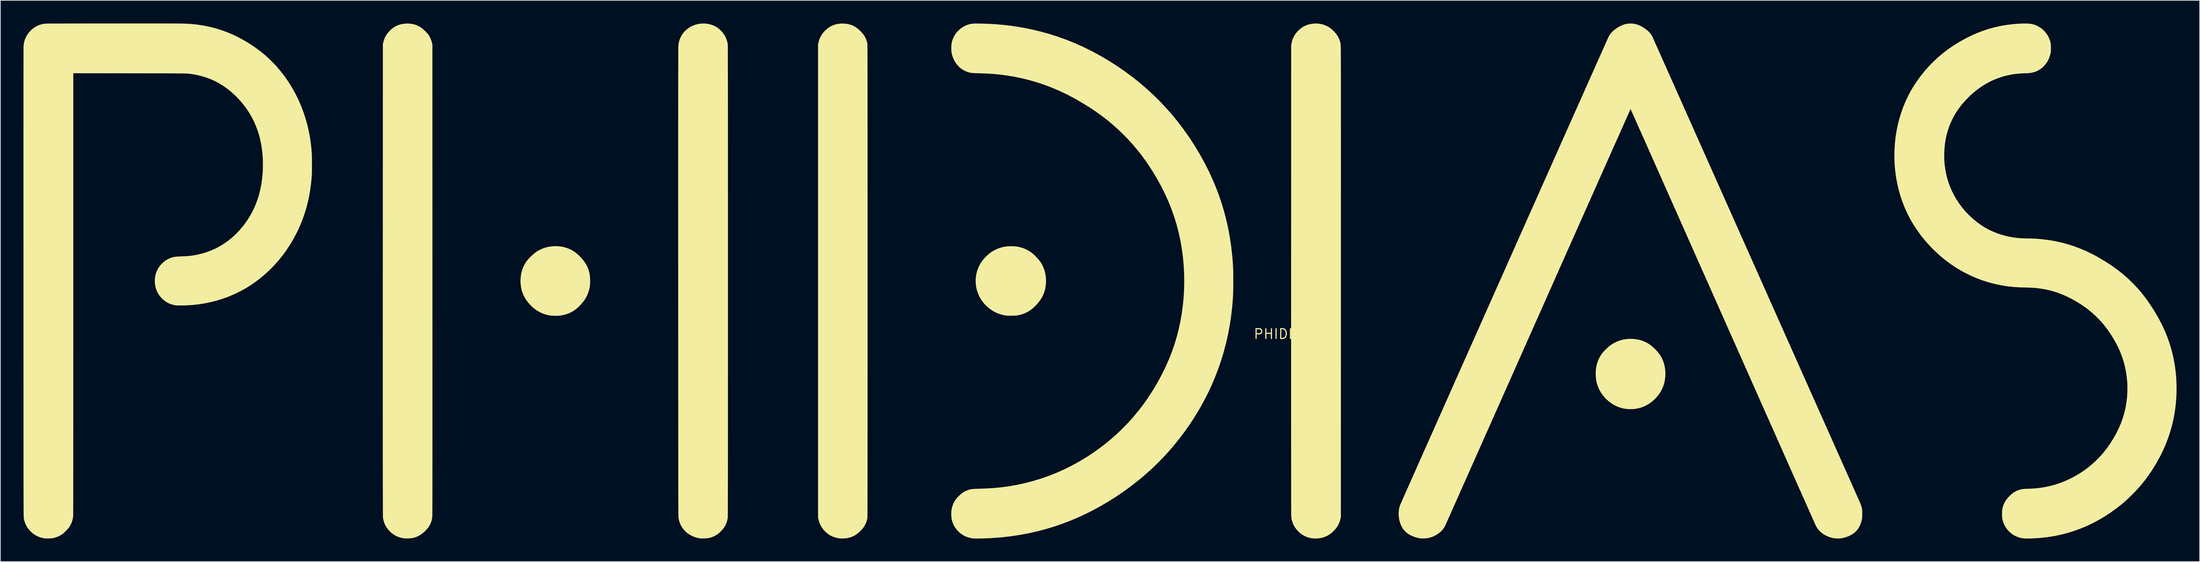
<source format=kicad_pcb>
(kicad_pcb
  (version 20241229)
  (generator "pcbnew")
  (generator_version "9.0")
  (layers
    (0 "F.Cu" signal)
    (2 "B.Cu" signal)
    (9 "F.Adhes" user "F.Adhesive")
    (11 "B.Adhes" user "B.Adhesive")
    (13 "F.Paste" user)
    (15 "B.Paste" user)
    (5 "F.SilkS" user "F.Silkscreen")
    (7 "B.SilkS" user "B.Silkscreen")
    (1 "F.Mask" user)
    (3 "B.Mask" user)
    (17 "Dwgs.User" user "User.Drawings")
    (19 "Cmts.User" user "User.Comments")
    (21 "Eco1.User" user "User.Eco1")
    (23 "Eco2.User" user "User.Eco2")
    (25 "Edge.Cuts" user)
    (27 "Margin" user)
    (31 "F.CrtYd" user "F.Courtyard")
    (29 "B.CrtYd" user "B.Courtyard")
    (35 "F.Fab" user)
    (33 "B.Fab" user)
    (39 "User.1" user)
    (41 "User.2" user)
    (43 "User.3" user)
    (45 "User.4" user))
  (footprint "PHIDIASlogo"
    (layer "F.Cu")
    (at 165.758 40.41)
    (property "Reference" "PHIDIASlogo" (at 0 0 0) (layer "F.SilkS") (effects (font (size 1.27 1.27) (thickness 0.15))))
    (attr through_hole)
    (fp_poly (pts (xy 43.607 0.645) (xy 43.841 0.667) (xy 44.264 0.735) (xy 44.664 0.839) (xy 45.045 0.98) (xy 45.407 1.157) (xy 45.687 1.328) (xy 45.917 1.495) (xy 46.154 1.691) (xy 46.388 1.907) (xy 46.614 2.138) (xy 46.822 2.374) (xy 47.007 2.609) (xy 47.155 2.828) (xy 47.348 3.178) (xy 47.506 3.548) (xy 47.629 3.935) (xy 47.717 4.334) (xy 47.771 4.742) (xy 47.79 5.154) (xy 47.774 5.567) (xy 47.724 5.976) (xy 47.639 6.379) (xy 47.519 6.771) (xy 47.364 7.147) (xy 47.175 7.505) (xy 47.144 7.556) (xy 46.933 7.866) (xy 46.687 8.17) (xy 46.415 8.46) (xy 46.123 8.729) (xy 45.82 8.967) (xy 45.678 9.066) (xy 45.317 9.278) (xy 44.938 9.454) (xy 44.541 9.593) (xy 44.13 9.693) (xy 43.707 9.755) (xy 43.273 9.777) (xy 42.833 9.759) (xy 42.788 9.755) (xy 42.375 9.696) (xy 41.971 9.595) (xy 41.578 9.455) (xy 41.197 9.275) (xy 40.831 9.057) (xy 40.48 8.802) (xy 40.148 8.511) (xy 39.985 8.347) (xy 39.692 8.012) (xy 39.439 7.661) (xy 39.224 7.293) (xy 39.048 6.908) (xy 38.91 6.504) (xy 38.81 6.082) (xy 38.768 5.814) (xy 38.752 5.651) (xy 38.741 5.458) (xy 38.736 5.247) (xy 38.737 5.032) (xy 38.743 4.825) (xy 38.755 4.638) (xy 38.767 4.517) (xy 38.841 4.102) (xy 38.952 3.703) (xy 39.098 3.323) (xy 39.278 2.964) (xy 39.491 2.629) (xy 39.71 2.351) (xy 39.798 2.254) (xy 39.909 2.138) (xy 40.033 2.013) (xy 40.162 1.888) (xy 40.287 1.771) (xy 40.397 1.672) (xy 40.443 1.633) (xy 40.779 1.38) (xy 41.137 1.163) (xy 41.514 0.982) (xy 41.908 0.838) (xy 42.317 0.731) (xy 42.738 0.663) (xy 43.169 0.634) (xy 43.607 0.645)) (stroke (width 0.01) (type solid)) (fill yes) (layer "F.SilkS"))
    (fp_poly (pts (xy -96.099 -11.406) (xy -95.689 -11.348) (xy -95.289 -11.253) (xy -94.902 -11.123) (xy -94.583 -10.981) (xy -94.354 -10.858) (xy -94.136 -10.721) (xy -93.923 -10.567) (xy -93.709 -10.389) (xy -93.486 -10.183) (xy -93.302 -9.999) (xy -93.014 -9.679) (xy -92.765 -9.352) (xy -92.556 -9.016) (xy -92.385 -8.668) (xy -92.251 -8.304) (xy -92.152 -7.923) (xy -92.088 -7.52) (xy -92.057 -7.093) (xy -92.054 -6.892) (xy -92.071 -6.461) (xy -92.125 -6.051) (xy -92.215 -5.657) (xy -92.344 -5.275) (xy -92.511 -4.902) (xy -92.716 -4.539) (xy -92.835 -4.363) (xy -92.982 -4.171) (xy -93.148 -3.971) (xy -93.326 -3.773) (xy -93.508 -3.585) (xy -93.688 -3.415) (xy -93.842 -3.283) (xy -94.178 -3.04) (xy -94.535 -2.834) (xy -94.912 -2.665) (xy -95.31 -2.533) (xy -95.727 -2.438) (xy -96.044 -2.392) (xy -96.178 -2.382) (xy -96.342 -2.375) (xy -96.525 -2.374) (xy -96.714 -2.376) (xy -96.898 -2.382) (xy -97.064 -2.392) (xy -97.201 -2.405) (xy -97.207 -2.406) (xy -97.624 -2.482) (xy -98.025 -2.597) (xy -98.41 -2.75) (xy -98.781 -2.943) (xy -99.138 -3.174) (xy -99.482 -3.446) (xy -99.78 -3.724) (xy -100.084 -4.057) (xy -100.348 -4.404) (xy -100.573 -4.765) (xy -100.758 -5.14) (xy -100.903 -5.53) (xy -100.964 -5.743) (xy -101.048 -6.148) (xy -101.096 -6.562) (xy -101.108 -6.979) (xy -101.083 -7.395) (xy -101.024 -7.805) (xy -100.929 -8.203) (xy -100.801 -8.584) (xy -100.681 -8.858) (xy -100.532 -9.136) (xy -100.364 -9.398) (xy -100.169 -9.651) (xy -99.943 -9.904) (xy -99.796 -10.052) (xy -99.558 -10.275) (xy -99.334 -10.468) (xy -99.117 -10.634) (xy -98.9 -10.779) (xy -98.674 -10.909) (xy -98.521 -10.987) (xy -98.143 -11.148) (xy -97.749 -11.272) (xy -97.343 -11.36) (xy -96.93 -11.412) (xy -96.514 -11.427) (xy -96.099 -11.406)) (stroke (width 0.01) (type solid)) (fill yes) (layer "F.SilkS"))
    (fp_poly (pts (xy -37.026 -11.414) (xy -36.83 -11.404) (xy -36.661 -11.389) (xy -36.597 -11.38) (xy -36.181 -11.299) (xy -35.791 -11.187) (xy -35.423 -11.041) (xy -35.074 -10.86) (xy -34.741 -10.643) (xy -34.48 -10.44) (xy -34.361 -10.334) (xy -34.225 -10.206) (xy -34.081 -10.065) (xy -33.94 -9.92) (xy -33.811 -9.782) (xy -33.705 -9.66) (xy -33.698 -9.652) (xy -33.468 -9.342) (xy -33.269 -9.006) (xy -33.102 -8.648) (xy -32.967 -8.271) (xy -32.866 -7.88) (xy -32.798 -7.478) (xy -32.766 -7.069) (xy -32.769 -6.657) (xy -32.809 -6.245) (xy -32.886 -5.837) (xy -32.902 -5.77) (xy -33.007 -5.416) (xy -33.139 -5.081) (xy -33.301 -4.759) (xy -33.495 -4.447) (xy -33.724 -4.139) (xy -33.991 -3.832) (xy -34.119 -3.697) (xy -34.391 -3.434) (xy -34.66 -3.209) (xy -34.931 -3.016) (xy -35.212 -2.852) (xy -35.508 -2.711) (xy -35.645 -2.655) (xy -35.886 -2.569) (xy -36.119 -2.502) (xy -36.353 -2.451) (xy -36.599 -2.415) (xy -36.865 -2.392) (xy -37.161 -2.382) (xy -37.211 -2.381) (xy -37.357 -2.38) (xy -37.494 -2.379) (xy -37.614 -2.38) (xy -37.71 -2.381) (xy -37.774 -2.383) (xy -37.793 -2.384) (xy -38.236 -2.451) (xy -38.661 -2.557) (xy -39.069 -2.701) (xy -39.459 -2.884) (xy -39.831 -3.105) (xy -40.187 -3.365) (xy -40.259 -3.424) (xy -40.591 -3.728) (xy -40.887 -4.054) (xy -41.147 -4.4) (xy -41.37 -4.764) (xy -41.555 -5.145) (xy -41.703 -5.541) (xy -41.811 -5.951) (xy -41.88 -6.372) (xy -41.908 -6.803) (xy -41.896 -7.243) (xy -41.888 -7.334) (xy -41.827 -7.763) (xy -41.727 -8.177) (xy -41.587 -8.575) (xy -41.408 -8.958) (xy -41.19 -9.325) (xy -40.933 -9.676) (xy -40.637 -10.009) (xy -40.608 -10.039) (xy -40.28 -10.346) (xy -39.94 -10.612) (xy -39.584 -10.84) (xy -39.211 -11.03) (xy -38.819 -11.184) (xy -38.406 -11.301) (xy -37.994 -11.38) (xy -37.839 -11.398) (xy -37.654 -11.411) (xy -37.449 -11.417) (xy -37.236 -11.419) (xy -37.026 -11.414)) (stroke (width 0.01) (type solid)) (fill yes) (layer "F.SilkS"))
    (fp_poly (pts (xy 2.793 -40.365) (xy 3.153 -40.295) (xy 3.373 -40.23) (xy 3.633 -40.13) (xy 3.876 -40.011) (xy 4.109 -39.867) (xy 4.336 -39.695) (xy 4.566 -39.489) (xy 4.74 -39.314) (xy 4.977 -39.039) (xy 5.174 -38.751) (xy 5.332 -38.449) (xy 5.451 -38.132) (xy 5.532 -37.797) (xy 5.557 -37.637) (xy 5.558 -37.622) (xy 5.559 -37.602) (xy 5.561 -37.574) (xy 5.562 -37.538) (xy 5.563 -37.494) (xy 5.565 -37.44) (xy 5.566 -37.378) (xy 5.567 -37.305) (xy 5.568 -37.22) (xy 5.569 -37.125) (xy 5.57 -37.017) (xy 5.571 -36.897) (xy 5.572 -36.763) (xy 5.573 -36.614) (xy 5.574 -36.452) (xy 5.575 -36.274) (xy 5.575 -36.08) (xy 5.576 -35.869) (xy 5.577 -35.641) (xy 5.578 -35.395) (xy 5.578 -35.131) (xy 5.579 -34.848) (xy 5.579 -34.545) (xy 5.58 -34.222) (xy 5.58 -33.877) (xy 5.581 -33.511) (xy 5.581 -33.123) (xy 5.582 -32.712) (xy 5.582 -32.277) (xy 5.583 -31.819) (xy 5.583 -31.335) (xy 5.583 -30.826) (xy 5.583 -30.291) (xy 5.584 -29.73) (xy 5.584 -29.141) (xy 5.584 -28.524) (xy 5.584 -27.878) (xy 5.584 -27.204) (xy 5.585 -26.5) (xy 5.585 -25.765) (xy 5.585 -24.999) (xy 5.585 -24.201) (xy 5.585 -23.371) (xy 5.585 -22.509) (xy 5.585 -21.612) (xy 5.585 -20.681) (xy 5.585 -19.716) (xy 5.585 -18.715) (xy 5.584 -17.678) (xy 5.584 -16.604) (xy 5.584 -15.493) (xy 5.584 -14.344) (xy 5.584 -13.156) (xy 5.584 -11.929) (xy 5.583 -10.662) (xy 5.583 -9.354) (xy 5.583 -8.006) (xy 5.583 -6.773) (xy 5.577 23.844) (xy 5.528 24.054) (xy 5.43 24.402) (xy 5.299 24.723) (xy 5.136 25.024) (xy 5.022 25.194) (xy 4.936 25.304) (xy 4.825 25.43) (xy 4.698 25.565) (xy 4.562 25.7) (xy 4.427 25.825) (xy 4.301 25.933) (xy 4.269 25.958) (xy 3.979 26.158) (xy 3.667 26.322) (xy 3.338 26.449) (xy 2.992 26.54) (xy 2.633 26.593) (xy 2.263 26.607) (xy 1.886 26.583) (xy 1.812 26.574) (xy 1.461 26.505) (xy 1.127 26.399) (xy 0.809 26.253) (xy 0.508 26.068) (xy 0.222 25.845) (xy 0.032 25.666) (xy -0.209 25.396) (xy -0.411 25.115) (xy -0.574 24.819) (xy -0.701 24.507) (xy -0.706 24.49) (xy -0.764 24.302) (xy -0.807 24.126) (xy -0.839 23.947) (xy -0.861 23.749) (xy -0.869 23.645) (xy -0.87 23.609) (xy -0.871 23.531) (xy -0.872 23.411) (xy -0.873 23.25) (xy -0.874 23.046) (xy -0.875 22.801) (xy -0.876 22.514) (xy -0.877 22.186) (xy -0.877 21.817) (xy -0.878 21.407) (xy -0.879 20.956) (xy -0.88 20.464) (xy -0.88 19.932) (xy -0.881 19.36) (xy -0.881 18.747) (xy -0.882 18.093) (xy -0.882 17.4) (xy -0.883 16.667) (xy -0.883 15.895) (xy -0.883 15.082) (xy -0.884 14.231) (xy -0.884 13.34) (xy -0.884 12.41) (xy -0.885 11.441) (xy -0.885 10.433) (xy -0.885 9.387) (xy -0.885 8.302) (xy -0.885 7.178) (xy -0.885 6.017) (xy -0.885 4.817) (xy -0.885 3.579) (xy -0.885 2.304) (xy -0.885 0.991) (xy -0.885 -0.36) (xy -0.885 -1.748) (xy -0.884 -3.173) (xy -0.884 -4.635) (xy -0.884 -6.135) (xy -0.884 -7.112) (xy -0.877 -37.581) (xy -0.831 -37.814) (xy -0.746 -38.162) (xy -0.634 -38.481) (xy -0.49 -38.777) (xy -0.312 -39.055) (xy -0.098 -39.319) (xy 0.057 -39.482) (xy 0.326 -39.724) (xy 0.607 -39.926) (xy 0.901 -40.091) (xy 1.213 -40.219) (xy 1.545 -40.312) (xy 1.901 -40.371) (xy 2.044 -40.385) (xy 2.422 -40.396) (xy 2.793 -40.365)) (stroke (width 0.01) (type solid)) (fill yes) (layer "F.SilkS"))
    (fp_poly (pts (xy -115.465 -40.374) (xy -115.131 -40.327) (xy -114.816 -40.246) (xy -114.514 -40.131) (xy -114.219 -39.979) (xy -114.014 -39.85) (xy -113.909 -39.771) (xy -113.785 -39.667) (xy -113.651 -39.545) (xy -113.514 -39.412) (xy -113.381 -39.275) (xy -113.259 -39.142) (xy -113.155 -39.02) (xy -113.076 -38.916) (xy -113.069 -38.904) (xy -112.914 -38.646) (xy -112.789 -38.384) (xy -112.689 -38.106) (xy -112.622 -37.861) (xy -112.575 -37.666) (xy -112.569 -7.006) (xy -112.569 -5.623) (xy -112.569 -4.282) (xy -112.569 -2.981) (xy -112.568 -1.722) (xy -112.568 -0.502) (xy -112.568 0.679) (xy -112.568 1.822) (xy -112.568 2.926) (xy -112.568 3.993) (xy -112.567 5.024) (xy -112.567 6.019) (xy -112.567 6.978) (xy -112.567 7.903) (xy -112.567 8.793) (xy -112.567 9.65) (xy -112.567 10.474) (xy -112.567 11.266) (xy -112.567 12.027) (xy -112.567 12.756) (xy -112.567 13.456) (xy -112.568 14.125) (xy -112.568 14.766) (xy -112.568 15.378) (xy -112.568 15.963) (xy -112.568 16.52) (xy -112.569 17.051) (xy -112.569 17.556) (xy -112.569 18.036) (xy -112.569 18.492) (xy -112.57 18.923) (xy -112.57 19.331) (xy -112.571 19.717) (xy -112.571 20.08) (xy -112.572 20.423) (xy -112.572 20.744) (xy -112.573 21.045) (xy -112.573 21.327) (xy -112.574 21.59) (xy -112.575 21.834) (xy -112.575 22.062) (xy -112.576 22.272) (xy -112.577 22.466) (xy -112.578 22.644) (xy -112.579 22.807) (xy -112.579 22.956) (xy -112.58 23.09) (xy -112.581 23.212) (xy -112.582 23.322) (xy -112.583 23.419) (xy -112.584 23.505) (xy -112.586 23.581) (xy -112.587 23.646) (xy -112.588 23.703) (xy -112.589 23.75) (xy -112.591 23.79) (xy -112.592 23.822) (xy -112.593 23.847) (xy -112.595 23.866) (xy -112.596 23.88) (xy -112.596 23.882) (xy -112.659 24.205) (xy -112.752 24.507) (xy -112.877 24.792) (xy -113.037 25.064) (xy -113.234 25.328) (xy -113.471 25.588) (xy -113.504 25.622) (xy -113.774 25.87) (xy -114.047 26.077) (xy -114.326 26.248) (xy -114.618 26.384) (xy -114.926 26.488) (xy -115.166 26.546) (xy -115.253 26.559) (xy -115.37 26.572) (xy -115.507 26.583) (xy -115.655 26.592) (xy -115.804 26.598) (xy -115.944 26.601) (xy -116.066 26.601) (xy -116.161 26.598) (xy -116.194 26.594) (xy -116.553 26.529) (xy -116.88 26.442) (xy -117.18 26.328) (xy -117.458 26.187) (xy -117.72 26.015) (xy -117.969 25.81) (xy -118.089 25.696) (xy -118.339 25.421) (xy -118.55 25.129) (xy -118.723 24.82) (xy -118.857 24.494) (xy -118.952 24.151) (xy -118.999 23.876) (xy -119 23.853) (xy -119.001 23.801) (xy -119.002 23.72) (xy -119.003 23.61) (xy -119.004 23.469) (xy -119.005 23.299) (xy -119.006 23.099) (xy -119.007 22.868) (xy -119.007 22.606) (xy -119.008 22.313) (xy -119.009 21.988) (xy -119.01 21.631) (xy -119.01 21.241) (xy -119.011 20.819) (xy -119.012 20.365) (xy -119.012 19.876) (xy -119.013 19.355) (xy -119.013 18.799) (xy -119.014 18.209) (xy -119.014 17.585) (xy -119.015 16.926) (xy -119.015 16.231) (xy -119.015 15.501) (xy -119.016 14.735) (xy -119.016 13.933) (xy -119.016 13.095) (xy -119.016 12.219) (xy -119.016 11.307) (xy -119.017 10.357) (xy -119.017 9.369) (xy -119.017 8.343) (xy -119.017 7.279) (xy -119.017 6.176) (xy -119.017 5.033) (xy -119.017 3.852) (xy -119.017 2.63) (xy -119.017 1.369) (xy -119.016 0.067) (xy -119.016 -1.276) (xy -119.016 -2.66) (xy -119.016 -4.085) (xy -119.016 -5.551) (xy -119.015 -7.006) (xy -119.009 -37.708) (xy -118.961 -37.914) (xy -118.866 -38.255) (xy -118.743 -38.567) (xy -118.59 -38.857) (xy -118.402 -39.131) (xy -118.178 -39.394) (xy -118.143 -39.431) (xy -117.876 -39.682) (xy -117.595 -39.893) (xy -117.3 -40.067) (xy -116.987 -40.202) (xy -116.656 -40.301) (xy -116.304 -40.363) (xy -115.931 -40.389) (xy -115.824 -40.39) (xy -115.465 -40.374)) (stroke (width 0.01) (type solid)) (fill yes) (layer "F.SilkS"))
    (fp_poly (pts (xy -58.862 -40.374) (xy -58.514 -40.324) (xy -58.187 -40.239) (xy -57.877 -40.119) (xy -57.582 -39.961) (xy -57.299 -39.765) (xy -57.056 -39.559) (xy -56.809 -39.318) (xy -56.6 -39.08) (xy -56.425 -38.841) (xy -56.281 -38.595) (xy -56.164 -38.335) (xy -56.071 -38.056) (xy -56.013 -37.822) (xy -56.012 -37.813) (xy -56.01 -37.802) (xy -56.008 -37.788) (xy -56.007 -37.771) (xy -56.005 -37.749) (xy -56.004 -37.723) (xy -56.003 -37.692) (xy -56.001 -37.654) (xy -56 -37.61) (xy -55.999 -37.558) (xy -55.997 -37.499) (xy -55.996 -37.431) (xy -55.995 -37.353) (xy -55.994 -37.266) (xy -55.993 -37.168) (xy -55.992 -37.059) (xy -55.991 -36.939) (xy -55.99 -36.805) (xy -55.989 -36.659) (xy -55.988 -36.499) (xy -55.987 -36.325) (xy -55.987 -36.135) (xy -55.986 -35.93) (xy -55.985 -35.708) (xy -55.984 -35.47) (xy -55.984 -35.214) (xy -55.983 -34.94) (xy -55.983 -34.646) (xy -55.982 -34.334) (xy -55.981 -34.001) (xy -55.981 -33.647) (xy -55.98 -33.272) (xy -55.98 -32.874) (xy -55.98 -32.454) (xy -55.979 -32.011) (xy -55.979 -31.543) (xy -55.978 -31.051) (xy -55.978 -30.534) (xy -55.978 -29.99) (xy -55.978 -29.42) (xy -55.977 -28.823) (xy -55.977 -28.197) (xy -55.977 -27.544) (xy -55.977 -26.861) (xy -55.976 -26.148) (xy -55.976 -25.404) (xy -55.976 -24.63) (xy -55.976 -23.824) (xy -55.976 -22.985) (xy -55.976 -22.113) (xy -55.976 -21.208) (xy -55.976 -20.268) (xy -55.976 -19.294) (xy -55.975 -18.283) (xy -55.975 -17.237) (xy -55.975 -16.153) (xy -55.975 -15.032) (xy -55.975 -13.873) (xy -55.975 -12.675) (xy -55.975 -11.437) (xy -55.975 -10.16) (xy -55.975 -8.841) (xy -55.975 -7.481) (xy -55.975 -6.89) (xy -55.975 -5.513) (xy -55.975 -4.177) (xy -55.975 -2.883) (xy -55.975 -1.629) (xy -55.975 -0.415) (xy -55.975 0.76) (xy -55.975 1.897) (xy -55.975 2.996) (xy -55.975 4.057) (xy -55.975 5.082) (xy -55.976 6.071) (xy -55.976 7.025) (xy -55.976 7.945) (xy -55.976 8.83) (xy -55.976 9.682) (xy -55.976 10.502) (xy -55.976 11.289) (xy -55.976 12.045) (xy -55.976 12.77) (xy -55.977 13.465) (xy -55.977 14.131) (xy -55.977 14.768) (xy -55.977 15.377) (xy -55.978 15.958) (xy -55.978 16.512) (xy -55.978 17.04) (xy -55.979 17.543) (xy -55.979 18.021) (xy -55.979 18.474) (xy -55.98 18.904) (xy -55.98 19.31) (xy -55.981 19.695) (xy -55.981 20.057) (xy -55.982 20.399) (xy -55.982 20.72) (xy -55.983 21.021) (xy -55.983 21.303) (xy -55.984 21.567) (xy -55.985 21.813) (xy -55.985 22.042) (xy -55.986 22.254) (xy -55.987 22.45) (xy -55.988 22.631) (xy -55.988 22.797) (xy -55.989 22.949) (xy -55.99 23.088) (xy -55.991 23.215) (xy -55.992 23.329) (xy -55.993 23.432) (xy -55.994 23.524) (xy -55.995 23.606) (xy -55.997 23.678) (xy -55.998 23.742) (xy -55.999 23.797) (xy -56 23.845) (xy -56.002 23.886) (xy -56.003 23.921) (xy -56.005 23.95) (xy -56.006 23.974) (xy -56.008 23.994) (xy -56.009 24.01) (xy -56.011 24.024) (xy -56.013 24.034) (xy -56.014 24.044) (xy -56.015 24.045) (xy -56.106 24.382) (xy -56.228 24.694) (xy -56.384 24.985) (xy -56.576 25.262) (xy -56.806 25.528) (xy -57.074 25.789) (xy -57.346 26.01) (xy -57.624 26.194) (xy -57.914 26.342) (xy -58.219 26.457) (xy -58.543 26.541) (xy -58.559 26.544) (xy -58.649 26.559) (xy -58.768 26.572) (xy -58.907 26.583) (xy -59.057 26.592) (xy -59.207 26.598) (xy -59.348 26.602) (xy -59.47 26.601) (xy -59.564 26.597) (xy -59.595 26.594) (xy -59.954 26.529) (xy -60.281 26.441) (xy -60.581 26.327) (xy -60.86 26.184) (xy -61.122 26.011) (xy -61.371 25.804) (xy -61.498 25.683) (xy -61.744 25.41) (xy -61.951 25.119) (xy -62.122 24.809) (xy -62.256 24.478) (xy -62.354 24.125) (xy -62.36 24.096) (xy -62.41 23.865) (xy -62.41 -37.666) (xy -62.361 -37.888) (xy -62.311 -38.095) (xy -62.256 -38.277) (xy -62.19 -38.449) (xy -62.107 -38.629) (xy -62.091 -38.663) (xy -61.925 -38.951) (xy -61.722 -39.226) (xy -61.489 -39.482) (xy -61.231 -39.713) (xy -60.952 -39.915) (xy -60.674 -40.074) (xy -60.397 -40.196) (xy -60.114 -40.287) (xy -59.817 -40.349) (xy -59.5 -40.382) (xy -59.235 -40.39) (xy -58.862 -40.374)) (stroke (width 0.01) (type solid)) (fill yes) (layer "F.SilkS"))
    (fp_poly (pts (xy -76.856 -40.367) (xy -76.51 -40.302) (xy -76.177 -40.202) (xy -75.863 -40.068) (xy -75.571 -39.901) (xy -75.483 -39.84) (xy -75.186 -39.604) (xy -74.925 -39.345) (xy -74.7 -39.063) (xy -74.511 -38.758) (xy -74.357 -38.431) (xy -74.239 -38.081) (xy -74.172 -37.793) (xy -74.171 -37.783) (xy -74.169 -37.77) (xy -74.168 -37.752) (xy -74.166 -37.731) (xy -74.165 -37.704) (xy -74.163 -37.671) (xy -74.162 -37.632) (xy -74.161 -37.585) (xy -74.16 -37.531) (xy -74.158 -37.469) (xy -74.157 -37.397) (xy -74.156 -37.316) (xy -74.155 -37.224) (xy -74.154 -37.122) (xy -74.153 -37.008) (xy -74.152 -36.881) (xy -74.151 -36.742) (xy -74.15 -36.59) (xy -74.149 -36.423) (xy -74.148 -36.241) (xy -74.148 -36.044) (xy -74.147 -35.831) (xy -74.146 -35.601) (xy -74.145 -35.353) (xy -74.145 -35.088) (xy -74.144 -34.804) (xy -74.144 -34.5) (xy -74.143 -34.177) (xy -74.143 -33.833) (xy -74.142 -33.468) (xy -74.142 -33.081) (xy -74.141 -32.672) (xy -74.141 -32.239) (xy -74.14 -31.783) (xy -74.14 -31.302) (xy -74.14 -30.796) (xy -74.139 -30.264) (xy -74.139 -29.706) (xy -74.139 -29.121) (xy -74.138 -28.509) (xy -74.138 -27.868) (xy -74.138 -27.198) (xy -74.138 -26.498) (xy -74.138 -25.769) (xy -74.137 -25.008) (xy -74.137 -24.216) (xy -74.137 -23.392) (xy -74.137 -22.535) (xy -74.137 -21.645) (xy -74.137 -20.72) (xy -74.137 -19.761) (xy -74.137 -18.767) (xy -74.136 -17.736) (xy -74.136 -16.669) (xy -74.136 -15.565) (xy -74.136 -14.422) (xy -74.136 -13.242) (xy -74.136 -12.022) (xy -74.136 -10.762) (xy -74.136 -9.461) (xy -74.136 -8.12) (xy -74.136 -6.9) (xy -74.136 -5.524) (xy -74.136 -4.19) (xy -74.136 -2.897) (xy -74.136 -1.644) (xy -74.136 -0.431) (xy -74.136 0.743) (xy -74.136 1.878) (xy -74.136 2.976) (xy -74.136 4.036) (xy -74.136 5.06) (xy -74.137 6.049) (xy -74.137 7.001) (xy -74.137 7.92) (xy -74.137 8.804) (xy -74.137 9.655) (xy -74.137 10.473) (xy -74.137 11.26) (xy -74.137 12.015) (xy -74.137 12.739) (xy -74.138 13.433) (xy -74.138 14.098) (xy -74.138 14.734) (xy -74.138 15.342) (xy -74.139 15.923) (xy -74.139 16.476) (xy -74.139 17.004) (xy -74.14 17.506) (xy -74.14 17.982) (xy -74.14 18.435) (xy -74.141 18.864) (xy -74.141 19.27) (xy -74.142 19.654) (xy -74.142 20.016) (xy -74.143 20.357) (xy -74.143 20.678) (xy -74.144 20.979) (xy -74.144 21.261) (xy -74.145 21.524) (xy -74.146 21.77) (xy -74.146 21.998) (xy -74.147 22.21) (xy -74.148 22.406) (xy -74.149 22.587) (xy -74.149 22.753) (xy -74.15 22.906) (xy -74.151 23.045) (xy -74.152 23.171) (xy -74.153 23.286) (xy -74.154 23.389) (xy -74.155 23.481) (xy -74.157 23.564) (xy -74.158 23.637) (xy -74.159 23.701) (xy -74.16 23.757) (xy -74.161 23.805) (xy -74.163 23.847) (xy -74.164 23.883) (xy -74.166 23.913) (xy -74.167 23.938) (xy -74.169 23.959) (xy -74.17 23.976) (xy -74.172 23.99) (xy -74.174 24.002) (xy -74.175 24.013) (xy -74.176 24.014) (xy -74.256 24.357) (xy -74.366 24.673) (xy -74.508 24.967) (xy -74.686 25.246) (xy -74.901 25.513) (xy -75.055 25.677) (xy -75.313 25.913) (xy -75.576 26.11) (xy -75.85 26.272) (xy -76.141 26.401) (xy -76.456 26.501) (xy -76.634 26.543) (xy -76.752 26.562) (xy -76.901 26.578) (xy -77.07 26.59) (xy -77.248 26.597) (xy -77.423 26.6) (xy -77.584 26.597) (xy -77.721 26.589) (xy -77.761 26.585) (xy -78.113 26.521) (xy -78.455 26.42) (xy -78.783 26.285) (xy -79.094 26.117) (xy -79.384 25.92) (xy -79.648 25.696) (xy -79.884 25.447) (xy -80.088 25.175) (xy -80.18 25.026) (xy -80.325 24.739) (xy -80.441 24.434) (xy -80.529 24.106) (xy -80.554 23.981) (xy -80.556 23.971) (xy -80.557 23.959) (xy -80.559 23.943) (xy -80.561 23.924) (xy -80.562 23.9) (xy -80.564 23.872) (xy -80.565 23.837) (xy -80.566 23.797) (xy -80.568 23.75) (xy -80.569 23.695) (xy -80.57 23.631) (xy -80.571 23.559) (xy -80.572 23.478) (xy -80.574 23.386) (xy -80.575 23.284) (xy -80.576 23.17) (xy -80.577 23.044) (xy -80.578 22.905) (xy -80.579 22.753) (xy -80.579 22.587) (xy -80.58 22.406) (xy -80.581 22.21) (xy -80.582 21.998) (xy -80.583 21.769) (xy -80.583 21.523) (xy -80.584 21.26) (xy -80.585 20.977) (xy -80.585 20.675) (xy -80.586 20.354) (xy -80.587 20.012) (xy -80.587 19.649) (xy -80.588 19.264) (xy -80.588 18.857) (xy -80.589 18.426) (xy -80.589 17.972) (xy -80.59 17.494) (xy -80.59 16.99) (xy -80.591 16.461) (xy -80.591 15.906) (xy -80.591 15.323) (xy -80.592 14.713) (xy -80.592 14.075) (xy -80.592 13.408) (xy -80.593 12.711) (xy -80.593 11.984) (xy -80.593 11.226) (xy -80.594 10.437) (xy -80.594 9.616) (xy -80.594 8.761) (xy -80.595 7.874) (xy -80.595 6.952) (xy -80.595 5.996) (xy -80.595 5.004) (xy -80.596 3.976) (xy -80.596 2.912) (xy -80.596 1.81) (xy -80.597 0.671) (xy -80.597 -0.507) (xy -80.597 -1.725) (xy -80.597 -2.982) (xy -80.598 -4.28) (xy -80.598 -5.619) (xy -80.598 -6.699) (xy -80.598 -8.2) (xy -80.599 -9.659) (xy -80.599 -11.077) (xy -80.599 -12.453) (xy -80.599 -13.788) (xy -80.599 -15.082) (xy -80.6 -16.336) (xy -80.6 -17.55) (xy -80.6 -18.725) (xy -80.6 -19.86) (xy -80.6 -20.956) (xy -80.6 -22.013) (xy -80.6 -23.033) (xy -80.599 -24.014) (xy -80.599 -24.958) (xy -80.599 -25.864) (xy -80.599 -26.733) (xy -80.599 -27.566) (xy -80.598 -28.362) (xy -80.598 -29.123) (xy -80.598 -29.848) (xy -80.597 -30.537) (xy -80.597 -31.192) (xy -80.597 -31.812) (xy -80.596 -32.398) (xy -80.596 -32.95) (xy -80.595 -33.468) (xy -80.594 -33.953) (xy -80.594 -34.405) (xy -80.593 -34.825) (xy -80.592 -35.212) (xy -80.592 -35.567) (xy -80.591 -35.891) (xy -80.59 -36.184) (xy -80.589 -36.445) (xy -80.588 -36.676) (xy -80.588 -36.877) (xy -80.587 -37.048) (xy -80.586 -37.189) (xy -80.585 -37.301) (xy -80.584 -37.384) (xy -80.582 -37.439) (xy -80.581 -37.464) (xy -80.538 -37.816) (xy -80.466 -38.14) (xy -80.364 -38.443) (xy -80.228 -38.73) (xy -80.058 -39.009) (xy -80.015 -39.069) (xy -79.802 -39.332) (xy -79.556 -39.573) (xy -79.282 -39.789) (xy -78.984 -39.975) (xy -78.668 -40.13) (xy -78.338 -40.249) (xy -78.264 -40.27) (xy -78.12 -40.307) (xy -77.997 -40.335) (xy -77.878 -40.355) (xy -77.749 -40.371) (xy -77.595 -40.385) (xy -77.574 -40.387) (xy -77.212 -40.395) (xy -76.856 -40.367)) (stroke (width 0.01) (type solid)) (fill yes) (layer "F.SilkS"))
    (fp_poly (pts (xy -41.54 -40.39) (xy -40.366 -40.364) (xy -39.198 -40.297) (xy -38.037 -40.189) (xy -36.885 -40.041) (xy -35.741 -39.852) (xy -34.607 -39.623) (xy -33.485 -39.354) (xy -32.374 -39.046) (xy -31.277 -38.698) (xy -30.194 -38.311) (xy -29.126 -37.885) (xy -28.074 -37.421) (xy -27.039 -36.918) (xy -26.607 -36.693) (xy -25.529 -36.101) (xy -24.48 -35.477) (xy -23.459 -34.822) (xy -22.466 -34.137) (xy -21.503 -33.421) (xy -20.569 -32.676) (xy -19.665 -31.9) (xy -18.791 -31.095) (xy -17.947 -30.26) (xy -17.133 -29.397) (xy -16.35 -28.505) (xy -15.599 -27.584) (xy -14.878 -26.635) (xy -14.19 -25.658) (xy -13.939 -25.284) (xy -13.292 -24.269) (xy -12.687 -23.25) (xy -12.124 -22.225) (xy -11.601 -21.193) (xy -11.12 -20.152) (xy -10.678 -19.103) (xy -10.277 -18.043) (xy -9.915 -16.973) (xy -9.593 -15.89) (xy -9.309 -14.794) (xy -9.064 -13.684) (xy -8.857 -12.558) (xy -8.688 -11.417) (xy -8.556 -10.258) (xy -8.532 -9.991) (xy -8.509 -9.729) (xy -8.489 -9.487) (xy -8.472 -9.262) (xy -8.458 -9.045) (xy -8.446 -8.833) (xy -8.437 -8.62) (xy -8.429 -8.398) (xy -8.423 -8.164) (xy -8.419 -7.912) (xy -8.416 -7.635) (xy -8.415 -7.328) (xy -8.414 -6.986) (xy -8.414 -6.911) (xy -8.415 -6.521) (xy -8.417 -6.167) (xy -8.421 -5.843) (xy -8.427 -5.543) (xy -8.435 -5.261) (xy -8.446 -4.991) (xy -8.459 -4.727) (xy -8.476 -4.462) (xy -8.497 -4.192) (xy -8.521 -3.908) (xy -8.549 -3.606) (xy -8.573 -3.355) (xy -8.712 -2.184) (xy -8.891 -1.024) (xy -9.111 0.125) (xy -9.371 1.262) (xy -9.671 2.386) (xy -10.011 3.498) (xy -10.39 4.596) (xy -10.809 5.679) (xy -11.267 6.748) (xy -11.764 7.802) (xy -12.3 8.839) (xy -12.874 9.861) (xy -13.486 10.865) (xy -14.136 11.852) (xy -14.823 12.821) (xy -15.548 13.771) (xy -16.311 14.703) (xy -16.695 15.149) (xy -17.461 15.992) (xy -18.261 16.812) (xy -19.095 17.609) (xy -19.961 18.381) (xy -20.856 19.127) (xy -21.779 19.845) (xy -22.729 20.535) (xy -23.703 21.194) (xy -24.7 21.822) (xy -25.718 22.417) (xy -26.755 22.977) (xy -27.4 23.304) (xy -28.45 23.798) (xy -29.511 24.252) (xy -30.586 24.666) (xy -31.673 25.04) (xy -32.773 25.373) (xy -33.886 25.667) (xy -35.013 25.921) (xy -36.155 26.135) (xy -37.31 26.309) (xy -38.48 26.444) (xy -39.665 26.538) (xy -39.73 26.542) (xy -39.939 26.554) (xy -40.164 26.565) (xy -40.399 26.575) (xy -40.641 26.583) (xy -40.883 26.591) (xy -41.121 26.596) (xy -41.35 26.601) (xy -41.566 26.604) (xy -41.763 26.605) (xy -41.936 26.605) (xy -42.081 26.602) (xy -42.193 26.598) (xy -42.259 26.593) (xy -42.633 26.529) (xy -42.983 26.431) (xy -43.31 26.297) (xy -43.617 26.127) (xy -43.904 25.92) (xy -44.153 25.696) (xy -44.401 25.424) (xy -44.61 25.138) (xy -44.779 24.837) (xy -44.911 24.519) (xy -45.006 24.183) (xy -45.063 23.827) (xy -45.085 23.45) (xy -45.085 23.41) (xy -45.072 23.076) (xy -45.031 22.765) (xy -44.96 22.47) (xy -44.859 22.18) (xy -44.831 22.115) (xy -44.722 21.888) (xy -44.595 21.674) (xy -44.444 21.464) (xy -44.264 21.253) (xy -44.051 21.033) (xy -44.024 21.007) (xy -43.761 20.775) (xy -43.491 20.583) (xy -43.21 20.427) (xy -42.912 20.306) (xy -42.593 20.215) (xy -42.577 20.212) (xy -42.499 20.197) (xy -42.409 20.184) (xy -42.301 20.174) (xy -42.168 20.165) (xy -42.004 20.156) (xy -41.825 20.149) (xy -41.638 20.143) (xy -41.424 20.135) (xy -41.196 20.127) (xy -40.97 20.119) (xy -40.76 20.112) (xy -40.666 20.108) (xy -39.615 20.049) (xy -38.57 19.949) (xy -37.53 19.807) (xy -36.499 19.625) (xy -35.476 19.401) (xy -34.464 19.137) (xy -33.463 18.834) (xy -32.475 18.49) (xy -31.501 18.108) (xy -30.542 17.687) (xy -29.599 17.227) (xy -28.674 16.729) (xy -28.605 16.689) (xy -28.359 16.547) (xy -28.099 16.393) (xy -27.831 16.231) (xy -27.565 16.067) (xy -27.307 15.904) (xy -27.066 15.749) (xy -26.849 15.605) (xy -26.723 15.519) (xy -26.315 15.234) (xy -25.937 14.963) (xy -25.583 14.702) (xy -25.246 14.445) (xy -24.92 14.187) (xy -24.597 13.923) (xy -24.27 13.648) (xy -24.233 13.616) (xy -23.679 13.126) (xy -23.122 12.604) (xy -22.572 12.059) (xy -22.037 11.5) (xy -21.527 10.937) (xy -21.295 10.67) (xy -20.686 9.929) (xy -20.096 9.154) (xy -19.528 8.35) (xy -18.983 7.52) (xy -18.465 6.67) (xy -17.977 5.803) (xy -17.52 4.924) (xy -17.098 4.037) (xy -16.712 3.147) (xy -16.373 2.275) (xy -16.042 1.316) (xy -15.75 0.34) (xy -15.496 -0.652) (xy -15.28 -1.659) (xy -15.102 -2.677) (xy -14.963 -3.706) (xy -14.863 -4.744) (xy -14.802 -5.79) (xy -14.78 -6.84) (xy -14.798 -7.894) (xy -14.855 -8.95) (xy -14.952 -10.006) (xy -14.987 -10.308) (xy -15.134 -11.344) (xy -15.322 -12.369) (xy -15.552 -13.384) (xy -15.821 -14.387) (xy -16.132 -15.379) (xy -16.483 -16.359) (xy -16.875 -17.327) (xy -17.307 -18.283) (xy -17.78 -19.227) (xy -18.246 -20.077) (xy -18.761 -20.947) (xy -19.29 -21.78) (xy -19.835 -22.578) (xy -20.399 -23.344) (xy -20.984 -24.081) (xy -21.593 -24.793) (xy -22.228 -25.482) (xy -22.891 -26.151) (xy -23.586 -26.804) (xy -24.204 -27.349) (xy -24.86 -27.891) (xy -25.556 -28.424) (xy -26.292 -28.95) (xy -27.069 -29.468) (xy -27.887 -29.978) (xy -28.746 -30.482) (xy -29.092 -30.676) (xy -30.011 -31.162) (xy -30.948 -31.61) (xy -31.902 -32.02) (xy -32.871 -32.391) (xy -33.853 -32.722) (xy -34.849 -33.013) (xy -35.855 -33.264) (xy -36.871 -33.475) (xy -37.892 -33.643) (xy -38.311 -33.701) (xy -38.714 -33.751) (xy -39.108 -33.794) (xy -39.502 -33.83) (xy -39.902 -33.861) (xy -40.317 -33.886) (xy -40.754 -33.906) (xy -41.221 -33.922) (xy -41.518 -33.93) (xy -41.758 -33.936) (xy -41.961 -33.943) (xy -42.132 -33.95) (xy -42.278 -33.959) (xy -42.403 -33.971) (xy -42.512 -33.985) (xy -42.612 -34.002) (xy -42.708 -34.024) (xy -42.805 -34.05) (xy -42.909 -34.081) (xy -42.935 -34.09) (xy -43.256 -34.214) (xy -43.559 -34.375) (xy -43.84 -34.569) (xy -44.099 -34.796) (xy -44.333 -35.052) (xy -44.54 -35.335) (xy -44.718 -35.643) (xy -44.865 -35.973) (xy -44.98 -36.323) (xy -45.036 -36.565) (xy -45.055 -36.695) (xy -45.068 -36.855) (xy -45.076 -37.037) (xy -45.077 -37.229) (xy -45.073 -37.421) (xy -45.063 -37.603) (xy -45.048 -37.764) (xy -45.027 -37.895) (xy -45.026 -37.903) (xy -44.928 -38.258) (xy -44.794 -38.591) (xy -44.623 -38.904) (xy -44.415 -39.196) (xy -44.23 -39.407) (xy -43.961 -39.662) (xy -43.677 -39.878) (xy -43.376 -40.056) (xy -43.057 -40.198) (xy -42.948 -40.237) (xy -42.824 -40.276) (xy -42.707 -40.309) (xy -42.593 -40.335) (xy -42.475 -40.355) (xy -42.347 -40.37) (xy -42.203 -40.38) (xy -42.036 -40.386) (xy -41.841 -40.39) (xy -41.611 -40.39) (xy -41.54 -40.39)) (stroke (width 0.01) (type solid)) (fill yes) (layer "F.SilkS"))
    (fp_poly (pts (xy 94.866 -40.389) (xy 95.118 -40.374) (xy 95.334 -40.35) (xy 95.437 -40.333) (xy 95.763 -40.25) (xy 96.078 -40.128) (xy 96.381 -39.97) (xy 96.666 -39.779) (xy 96.93 -39.559) (xy 97.171 -39.312) (xy 97.384 -39.04) (xy 97.567 -38.748) (xy 97.716 -38.438) (xy 97.766 -38.305) (xy 97.817 -38.155) (xy 97.855 -38.019) (xy 97.884 -37.887) (xy 97.904 -37.75) (xy 97.917 -37.6) (xy 97.924 -37.426) (xy 97.926 -37.221) (xy 97.926 -37.2) (xy 97.925 -37.035) (xy 97.923 -36.905) (xy 97.92 -36.8) (xy 97.914 -36.715) (xy 97.905 -36.64) (xy 97.893 -36.568) (xy 97.879 -36.502) (xy 97.779 -36.14) (xy 97.646 -35.796) (xy 97.481 -35.473) (xy 97.286 -35.174) (xy 97.063 -34.904) (xy 96.862 -34.707) (xy 96.597 -34.496) (xy 96.32 -34.319) (xy 96.027 -34.177) (xy 95.715 -34.068) (xy 95.381 -33.992) (xy 95.022 -33.946) (xy 94.636 -33.931) (xy 94.633 -33.931) (xy 94.314 -33.923) (xy 93.969 -33.904) (xy 93.611 -33.873) (xy 93.254 -33.832) (xy 92.911 -33.783) (xy 92.718 -33.75) (xy 92.075 -33.61) (xy 91.449 -33.432) (xy 90.839 -33.216) (xy 90.245 -32.96) (xy 89.667 -32.666) (xy 89.104 -32.332) (xy 88.557 -31.959) (xy 88.025 -31.546) (xy 87.508 -31.094) (xy 87.233 -30.832) (xy 86.768 -30.35) (xy 86.343 -29.859) (xy 85.957 -29.357) (xy 85.607 -28.84) (xy 85.294 -28.307) (xy 85.014 -27.755) (xy 84.767 -27.182) (xy 84.766 -27.178) (xy 84.555 -26.591) (xy 84.381 -25.991) (xy 84.245 -25.376) (xy 84.145 -24.744) (xy 84.082 -24.093) (xy 84.054 -23.422) (xy 84.053 -23.241) (xy 84.055 -22.945) (xy 84.063 -22.679) (xy 84.076 -22.427) (xy 84.096 -22.177) (xy 84.123 -21.916) (xy 84.14 -21.78) (xy 84.243 -21.119) (xy 84.387 -20.471) (xy 84.57 -19.835) (xy 84.791 -19.214) (xy 85.05 -18.609) (xy 85.346 -18.022) (xy 85.678 -17.453) (xy 86.045 -16.905) (xy 86.446 -16.377) (xy 86.881 -15.872) (xy 87.348 -15.391) (xy 87.848 -14.936) (xy 88.378 -14.507) (xy 88.939 -14.105) (xy 88.975 -14.081) (xy 89.415 -13.808) (xy 89.889 -13.555) (xy 90.391 -13.322) (xy 90.914 -13.112) (xy 91.454 -12.929) (xy 92.004 -12.772) (xy 92.56 -12.646) (xy 92.953 -12.575) (xy 93.422 -12.512) (xy 93.923 -12.466) (xy 94.45 -12.437) (xy 94.998 -12.425) (xy 95.049 -12.425) (xy 95.614 -12.413) (xy 96.206 -12.379) (xy 96.814 -12.324) (xy 97.431 -12.249) (xy 98.046 -12.155) (xy 98.552 -12.063) (xy 99.334 -11.889) (xy 100.118 -11.676) (xy 100.899 -11.426) (xy 101.671 -11.14) (xy 102.428 -10.823) (xy 103.163 -10.474) (xy 103.635 -10.228) (xy 104.417 -9.788) (xy 105.159 -9.336) (xy 105.863 -8.871) (xy 106.528 -8.393) (xy 107.157 -7.901) (xy 107.749 -7.394) (xy 107.876 -7.28) (xy 107.979 -7.184) (xy 108.105 -7.064) (xy 108.246 -6.926) (xy 108.398 -6.777) (xy 108.554 -6.622) (xy 108.707 -6.469) (xy 108.85 -6.323) (xy 108.978 -6.192) (xy 109.084 -6.08) (xy 109.118 -6.043) (xy 109.569 -5.531) (xy 110.015 -4.979) (xy 110.454 -4.389) (xy 110.886 -3.764) (xy 111.309 -3.106) (xy 111.721 -2.417) (xy 112.001 -1.919) (xy 112.406 -1.137) (xy 112.772 -0.34) (xy 113.099 0.472) (xy 113.385 1.298) (xy 113.632 2.137) (xy 113.839 2.989) (xy 114.006 3.853) (xy 114.133 4.728) (xy 114.219 5.615) (xy 114.265 6.511) (xy 114.27 7.418) (xy 114.235 8.329) (xy 114.16 9.221) (xy 114.046 10.102) (xy 113.89 10.971) (xy 113.694 11.83) (xy 113.458 12.678) (xy 113.181 13.516) (xy 112.862 14.345) (xy 112.503 15.164) (xy 112.102 15.974) (xy 111.661 16.775) (xy 111.177 17.568) (xy 110.929 17.948) (xy 110.568 18.471) (xy 110.2 18.97) (xy 109.818 19.451) (xy 109.415 19.923) (xy 108.986 20.394) (xy 108.524 20.87) (xy 108.501 20.893) (xy 108.171 21.217) (xy 107.857 21.515) (xy 107.549 21.793) (xy 107.238 22.06) (xy 106.916 22.324) (xy 106.574 22.591) (xy 106.415 22.711) (xy 105.668 23.248) (xy 104.905 23.746) (xy 104.128 24.205) (xy 103.337 24.624) (xy 102.532 25.003) (xy 101.714 25.342) (xy 100.882 25.641) (xy 100.038 25.9) (xy 99.181 26.118) (xy 98.312 26.296) (xy 97.432 26.433) (xy 96.54 26.53) (xy 96.531 26.531) (xy 96.312 26.548) (xy 96.081 26.563) (xy 95.843 26.576) (xy 95.605 26.587) (xy 95.371 26.596) (xy 95.147 26.602) (xy 94.939 26.606) (xy 94.752 26.606) (xy 94.592 26.604) (xy 94.465 26.599) (xy 94.393 26.593) (xy 94.02 26.529) (xy 93.671 26.431) (xy 93.344 26.297) (xy 93.036 26.126) (xy 92.748 25.918) (xy 92.476 25.672) (xy 92.467 25.663) (xy 92.225 25.389) (xy 92.019 25.093) (xy 91.85 24.775) (xy 91.717 24.436) (xy 91.621 24.077) (xy 91.616 24.055) (xy 91.596 23.923) (xy 91.583 23.759) (xy 91.576 23.575) (xy 91.575 23.38) (xy 91.58 23.187) (xy 91.591 23.004) (xy 91.609 22.844) (xy 91.628 22.733) (xy 91.685 22.499) (xy 91.751 22.29) (xy 91.832 22.092) (xy 91.898 21.955) (xy 92.002 21.764) (xy 92.119 21.586) (xy 92.255 21.409) (xy 92.417 21.225) (xy 92.488 21.15) (xy 92.711 20.93) (xy 92.928 20.746) (xy 93.147 20.592) (xy 93.375 20.463) (xy 93.557 20.378) (xy 93.716 20.315) (xy 93.872 20.264) (xy 94.031 20.223) (xy 94.202 20.192) (xy 94.392 20.169) (xy 94.608 20.153) (xy 94.857 20.142) (xy 94.911 20.14) (xy 95.27 20.128) (xy 95.595 20.112) (xy 95.897 20.091) (xy 96.183 20.064) (xy 96.464 20.031) (xy 96.748 19.99) (xy 96.879 19.97) (xy 97.597 19.832) (xy 98.304 19.653) (xy 98.998 19.435) (xy 99.68 19.175) (xy 100.35 18.875) (xy 101.009 18.534) (xy 101.655 18.153) (xy 101.981 17.942) (xy 102.439 17.625) (xy 102.87 17.297) (xy 103.284 16.951) (xy 103.692 16.58) (xy 104.066 16.211) (xy 104.432 15.824) (xy 104.774 15.432) (xy 105.098 15.028) (xy 105.408 14.605) (xy 105.711 14.156) (xy 106.012 13.675) (xy 106.107 13.515) (xy 106.461 12.879) (xy 106.773 12.243) (xy 107.046 11.604) (xy 107.279 10.958) (xy 107.474 10.302) (xy 107.631 9.634) (xy 107.753 8.95) (xy 107.834 8.297) (xy 107.849 8.12) (xy 107.861 7.911) (xy 107.871 7.678) (xy 107.877 7.431) (xy 107.882 7.179) (xy 107.883 6.933) (xy 107.88 6.701) (xy 107.875 6.493) (xy 107.868 6.35) (xy 107.807 5.658) (xy 107.713 4.984) (xy 107.584 4.325) (xy 107.42 3.679) (xy 107.22 3.042) (xy 106.982 2.412) (xy 106.707 1.787) (xy 106.392 1.165) (xy 106.037 0.541) (xy 105.641 -0.085) (xy 105.578 -0.18) (xy 105.15 -0.78) (xy 104.69 -1.355) (xy 104.198 -1.902) (xy 103.678 -2.419) (xy 103.131 -2.906) (xy 102.558 -3.361) (xy 101.961 -3.781) (xy 101.763 -3.909) (xy 101.161 -4.275) (xy 100.571 -4.603) (xy 99.988 -4.894) (xy 99.408 -5.149) (xy 98.828 -5.37) (xy 98.244 -5.558) (xy 97.652 -5.714) (xy 97.05 -5.839) (xy 96.432 -5.936) (xy 96.266 -5.957) (xy 96.113 -5.975) (xy 95.965 -5.99) (xy 95.816 -6.003) (xy 95.661 -6.014) (xy 95.494 -6.024) (xy 95.308 -6.032) (xy 95.099 -6.039) (xy 94.859 -6.046) (xy 94.584 -6.053) (xy 94.552 -6.054) (xy 94.071 -6.068) (xy 93.626 -6.088) (xy 93.209 -6.115) (xy 92.813 -6.149) (xy 92.431 -6.191) (xy 92.056 -6.242) (xy 91.68 -6.304) (xy 91.298 -6.375) (xy 90.901 -6.459) (xy 90.858 -6.468) (xy 90.17 -6.635) (xy 89.503 -6.827) (xy 88.85 -7.046) (xy 88.203 -7.295) (xy 87.555 -7.578) (xy 86.921 -7.884) (xy 86.223 -8.259) (xy 85.537 -8.674) (xy 84.867 -9.126) (xy 84.213 -9.613) (xy 83.579 -10.133) (xy 82.967 -10.684) (xy 82.379 -11.265) (xy 81.818 -11.873) (xy 81.285 -12.507) (xy 80.946 -12.943) (xy 80.465 -13.615) (xy 80.025 -14.294) (xy 79.625 -14.983) (xy 79.263 -15.685) (xy 78.968 -16.33) (xy 78.656 -17.109) (xy 78.384 -17.904) (xy 78.15 -18.713) (xy 77.956 -19.534) (xy 77.802 -20.367) (xy 77.687 -21.209) (xy 77.613 -22.06) (xy 77.579 -22.917) (xy 77.585 -23.78) (xy 77.632 -24.647) (xy 77.651 -24.871) (xy 77.744 -25.693) (xy 77.876 -26.508) (xy 78.045 -27.311) (xy 78.251 -28.102) (xy 78.492 -28.878) (xy 78.768 -29.636) (xy 79.079 -30.374) (xy 79.423 -31.09) (xy 79.8 -31.782) (xy 80.044 -32.188) (xy 80.513 -32.901) (xy 81.013 -33.588) (xy 81.545 -34.248) (xy 82.107 -34.879) (xy 82.697 -35.48) (xy 83.315 -36.051) (xy 83.959 -36.589) (xy 84.628 -37.094) (xy 85.321 -37.565) (xy 85.358 -37.589) (xy 86.088 -38.035) (xy 86.816 -38.441) (xy 87.543 -38.806) (xy 88.273 -39.132) (xy 89.006 -39.418) (xy 89.746 -39.666) (xy 90.495 -39.878) (xy 91.255 -40.052) (xy 92.029 -40.191) (xy 92.818 -40.295) (xy 93.2 -40.332) (xy 93.575 -40.361) (xy 93.933 -40.381) (xy 94.27 -40.393) (xy 94.582 -40.395) (xy 94.866 -40.389)) (stroke (width 0.01) (type solid)) (fill yes) (layer "F.SilkS"))
    (fp_poly (pts (xy -149.253 -40.405) (xy -148.789 -40.405) (xy -148.356 -40.404) (xy -147.952 -40.404) (xy -147.577 -40.403) (xy -147.228 -40.402) (xy -146.906 -40.401) (xy -146.608 -40.4) (xy -146.333 -40.399) (xy -146.08 -40.397) (xy -145.848 -40.396) (xy -145.635 -40.394) (xy -145.44 -40.391) (xy -145.262 -40.389) (xy -145.1 -40.386) (xy -144.952 -40.383) (xy -144.817 -40.38) (xy -144.694 -40.377) (xy -144.582 -40.373) (xy -144.478 -40.369) (xy -144.383 -40.365) (xy -144.294 -40.36) (xy -144.211 -40.355) (xy -144.131 -40.35) (xy -144.055 -40.344) (xy -143.98 -40.339) (xy -143.912 -40.333) (xy -143.074 -40.242) (xy -142.255 -40.113) (xy -141.452 -39.945) (xy -140.665 -39.739) (xy -139.893 -39.494) (xy -139.134 -39.21) (xy -138.388 -38.886) (xy -137.956 -38.678) (xy -137.208 -38.282) (xy -136.48 -37.851) (xy -135.775 -37.389) (xy -135.096 -36.897) (xy -134.447 -36.378) (xy -134.207 -36.172) (xy -134.09 -36.067) (xy -133.951 -35.938) (xy -133.796 -35.79) (xy -133.631 -35.63) (xy -133.464 -35.464) (xy -133.3 -35.299) (xy -133.145 -35.142) (xy -133.007 -34.998) (xy -132.892 -34.874) (xy -132.861 -34.839) (xy -132.303 -34.182) (xy -131.78 -33.5) (xy -131.29 -32.793) (xy -130.834 -32.063) (xy -130.414 -31.311) (xy -130.029 -30.538) (xy -129.68 -29.746) (xy -129.367 -28.934) (xy -129.091 -28.105) (xy -128.853 -27.259) (xy -128.652 -26.398) (xy -128.49 -25.523) (xy -128.367 -24.634) (xy -128.356 -24.543) (xy -128.331 -24.315) (xy -128.31 -24.109) (xy -128.293 -23.917) (xy -128.278 -23.735) (xy -128.266 -23.555) (xy -128.257 -23.372) (xy -128.25 -23.179) (xy -128.245 -22.97) (xy -128.242 -22.741) (xy -128.24 -22.483) (xy -128.239 -22.191) (xy -128.239 -22.066) (xy -128.239 -21.779) (xy -128.24 -21.529) (xy -128.241 -21.309) (xy -128.244 -21.114) (xy -128.249 -20.938) (xy -128.255 -20.774) (xy -128.262 -20.617) (xy -128.272 -20.462) (xy -128.285 -20.301) (xy -128.3 -20.13) (xy -128.318 -19.942) (xy -128.335 -19.77) (xy -128.448 -18.862) (xy -128.599 -17.97) (xy -128.789 -17.094) (xy -129.019 -16.235) (xy -129.287 -15.392) (xy -129.594 -14.565) (xy -129.941 -13.756) (xy -130.325 -12.963) (xy -130.749 -12.187) (xy -131.07 -11.652) (xy -131.546 -10.927) (xy -132.051 -10.232) (xy -132.585 -9.568) (xy -133.148 -8.935) (xy -133.74 -8.332) (xy -134.361 -7.76) (xy -135.012 -7.219) (xy -135.692 -6.708) (xy -136.191 -6.364) (xy -136.826 -5.967) (xy -137.486 -5.599) (xy -138.174 -5.26) (xy -138.892 -4.947) (xy -139.115 -4.858) (xy -139.877 -4.582) (xy -140.656 -4.343) (xy -141.452 -4.142) (xy -142.26 -3.979) (xy -143.08 -3.855) (xy -143.907 -3.77) (xy -144.74 -3.724) (xy -145.214 -3.717) (xy -145.406 -3.716) (xy -145.561 -3.717) (xy -145.686 -3.718) (xy -145.787 -3.721) (xy -145.869 -3.725) (xy -145.94 -3.732) (xy -146.004 -3.74) (xy -146.068 -3.751) (xy -146.125 -3.762) (xy -146.481 -3.853) (xy -146.813 -3.978) (xy -147.122 -4.138) (xy -147.412 -4.335) (xy -147.684 -4.569) (xy -147.825 -4.712) (xy -148.058 -4.991) (xy -148.255 -5.291) (xy -148.414 -5.608) (xy -148.535 -5.942) (xy -148.618 -6.291) (xy -148.663 -6.653) (xy -148.668 -7.026) (xy -148.633 -7.408) (xy -148.62 -7.493) (xy -148.543 -7.829) (xy -148.428 -8.153) (xy -148.277 -8.463) (xy -148.092 -8.754) (xy -147.876 -9.025) (xy -147.632 -9.271) (xy -147.362 -9.491) (xy -147.069 -9.68) (xy -146.756 -9.837) (xy -146.52 -9.927) (xy -146.398 -9.965) (xy -146.274 -9.996) (xy -146.142 -10.023) (xy -145.997 -10.044) (xy -145.832 -10.061) (xy -145.642 -10.075) (xy -145.421 -10.087) (xy -145.19 -10.096) (xy -144.861 -10.109) (xy -144.566 -10.125) (xy -144.296 -10.146) (xy -144.042 -10.172) (xy -143.794 -10.204) (xy -143.544 -10.243) (xy -143.284 -10.29) (xy -143.182 -10.31) (xy -142.552 -10.456) (xy -141.937 -10.642) (xy -141.337 -10.867) (xy -140.755 -11.129) (xy -140.191 -11.429) (xy -139.647 -11.766) (xy -139.122 -12.139) (xy -138.618 -12.547) (xy -138.136 -12.99) (xy -137.677 -13.468) (xy -137.242 -13.979) (xy -137.033 -14.247) (xy -136.632 -14.814) (xy -136.268 -15.397) (xy -135.941 -15.998) (xy -135.65 -16.619) (xy -135.395 -17.263) (xy -135.174 -17.93) (xy -135.087 -18.235) (xy -134.928 -18.887) (xy -134.8 -19.562) (xy -134.705 -20.256) (xy -134.64 -20.962) (xy -134.608 -21.675) (xy -134.608 -22.391) (xy -134.64 -23.104) (xy -134.705 -23.808) (xy -134.801 -24.499) (xy -134.896 -25.009) (xy -135.058 -25.691) (xy -135.257 -26.357) (xy -135.492 -27.003) (xy -135.762 -27.629) (xy -136.068 -28.234) (xy -136.408 -28.815) (xy -136.782 -29.372) (xy -136.881 -29.506) (xy -137.32 -30.066) (xy -137.778 -30.589) (xy -138.255 -31.075) (xy -138.75 -31.523) (xy -139.264 -31.934) (xy -139.795 -32.307) (xy -140.343 -32.642) (xy -140.909 -32.938) (xy -141.491 -33.196) (xy -142.089 -33.414) (xy -142.703 -33.594) (xy -143.333 -33.735) (xy -143.722 -33.801) (xy -143.79 -33.812) (xy -143.853 -33.821) (xy -143.911 -33.83) (xy -143.967 -33.839) (xy -144.021 -33.847) (xy -144.075 -33.854) (xy -144.131 -33.861) (xy -144.19 -33.868) (xy -144.253 -33.874) (xy -144.322 -33.879) (xy -144.398 -33.884) (xy -144.482 -33.889) (xy -144.577 -33.893) (xy -144.682 -33.897) (xy -144.801 -33.9) (xy -144.934 -33.903) (xy -145.082 -33.906) (xy -145.247 -33.908) (xy -145.431 -33.91) (xy -145.635 -33.912) (xy -145.86 -33.914) (xy -146.107 -33.915) (xy -146.379 -33.917) (xy -146.676 -33.918) (xy -147.001 -33.919) (xy -147.353 -33.92) (xy -147.735 -33.92) (xy -148.149 -33.921) (xy -148.595 -33.921) (xy -149.075 -33.922) (xy -149.59 -33.922) (xy -150.143 -33.923) (xy -150.733 -33.923) (xy -151.363 -33.924) (xy -151.961 -33.924) (xy -159.279 -33.931) (xy -159.279 -5.211) (xy -159.279 -3.761) (xy -159.279 -2.354) (xy -159.279 -0.987) (xy -159.279 0.338) (xy -159.279 1.622) (xy -159.28 2.865) (xy -159.28 4.069) (xy -159.28 5.233) (xy -159.28 6.357) (xy -159.28 7.442) (xy -159.281 8.489) (xy -159.281 9.497) (xy -159.281 10.467) (xy -159.281 11.4) (xy -159.282 12.295) (xy -159.282 13.154) (xy -159.283 13.976) (xy -159.283 14.762) (xy -159.283 15.512) (xy -159.284 16.227) (xy -159.284 16.907) (xy -159.285 17.552) (xy -159.286 18.163) (xy -159.286 18.74) (xy -159.287 19.283) (xy -159.287 19.793) (xy -159.288 20.271) (xy -159.289 20.716) (xy -159.29 21.128) (xy -159.29 21.509) (xy -159.291 21.859) (xy -159.292 22.178) (xy -159.293 22.465) (xy -159.294 22.723) (xy -159.295 22.951) (xy -159.296 23.149) (xy -159.297 23.318) (xy -159.298 23.458) (xy -159.299 23.57) (xy -159.3 23.654) (xy -159.301 23.71) (xy -159.302 23.738) (xy -159.302 23.74) (xy -159.358 24.093) (xy -159.451 24.428) (xy -159.584 24.748) (xy -159.756 25.054) (xy -159.772 25.078) (xy -159.874 25.219) (xy -160.004 25.375) (xy -160.153 25.537) (xy -160.312 25.697) (xy -160.473 25.847) (xy -160.629 25.978) (xy -160.77 26.082) (xy -160.773 26.083) (xy -161.047 26.248) (xy -161.326 26.378) (xy -161.621 26.48) (xy -161.881 26.544) (xy -161.994 26.562) (xy -162.138 26.578) (xy -162.302 26.589) (xy -162.475 26.596) (xy -162.647 26.599) (xy -162.806 26.598) (xy -162.942 26.59) (xy -162.998 26.585) (xy -163.357 26.519) (xy -163.699 26.414) (xy -164.025 26.27) (xy -164.334 26.088) (xy -164.626 25.866) (xy -164.768 25.739) (xy -165.017 25.477) (xy -165.229 25.2) (xy -165.404 24.903) (xy -165.545 24.585) (xy -165.653 24.242) (xy -165.709 23.993) (xy -165.711 23.983) (xy -165.712 23.97) (xy -165.714 23.952) (xy -165.715 23.931) (xy -165.717 23.904) (xy -165.718 23.871) (xy -165.72 23.832) (xy -165.721 23.786) (xy -165.722 23.732) (xy -165.723 23.67) (xy -165.725 23.599) (xy -165.726 23.518) (xy -165.727 23.427) (xy -165.728 23.325) (xy -165.729 23.211) (xy -165.73 23.086) (xy -165.731 22.947) (xy -165.732 22.795) (xy -165.733 22.628) (xy -165.734 22.447) (xy -165.734 22.251) (xy -165.735 22.038) (xy -165.736 21.808) (xy -165.737 21.562) (xy -165.737 21.297) (xy -165.738 21.013) (xy -165.739 20.711) (xy -165.739 20.388) (xy -165.74 20.045) (xy -165.74 19.68) (xy -165.741 19.294) (xy -165.742 18.885) (xy -165.742 18.453) (xy -165.743 17.997) (xy -165.743 17.517) (xy -165.744 17.011) (xy -165.744 16.48) (xy -165.744 15.923) (xy -165.745 15.338) (xy -165.745 14.726) (xy -165.746 14.085) (xy -165.746 13.416) (xy -165.746 12.717) (xy -165.747 11.987) (xy -165.747 11.227) (xy -165.747 10.435) (xy -165.748 9.611) (xy -165.748 8.755) (xy -165.748 7.864) (xy -165.748 6.94) (xy -165.749 5.981) (xy -165.749 4.987) (xy -165.749 3.956) (xy -165.75 2.889) (xy -165.75 1.784) (xy -165.75 0.642) (xy -165.75 -0.539) (xy -165.751 -1.76) (xy -165.751 -3.02) (xy -165.751 -4.321) (xy -165.751 -5.663) (xy -165.752 -6.742) (xy -165.752 -8.26) (xy -165.752 -9.737) (xy -165.752 -11.172) (xy -165.753 -12.566) (xy -165.753 -13.918) (xy -165.753 -15.23) (xy -165.753 -16.5) (xy -165.753 -17.731) (xy -165.753 -18.921) (xy -165.753 -20.071) (xy -165.753 -21.182) (xy -165.753 -22.254) (xy -165.753 -23.286) (xy -165.753 -24.28) (xy -165.753 -25.236) (xy -165.753 -26.153) (xy -165.752 -27.032) (xy -165.752 -27.874) (xy -165.752 -28.679) (xy -165.751 -29.446) (xy -165.751 -30.177) (xy -165.751 -30.871) (xy -165.75 -31.529) (xy -165.75 -32.152) (xy -165.749 -32.738) (xy -165.749 -33.289) (xy -165.748 -33.805) (xy -165.748 -34.286) (xy -165.747 -34.733) (xy -165.746 -35.146) (xy -165.746 -35.524) (xy -165.745 -35.869) (xy -165.744 -36.18) (xy -165.743 -36.459) (xy -165.742 -36.704) (xy -165.741 -36.917) (xy -165.74 -37.098) (xy -165.739 -37.246) (xy -165.738 -37.363) (xy -165.737 -37.448) (xy -165.736 -37.502) (xy -165.735 -37.524) (xy -165.702 -37.793) (xy -165.654 -38.034) (xy -165.587 -38.262) (xy -165.497 -38.491) (xy -165.417 -38.661) (xy -165.244 -38.964) (xy -165.036 -39.246) (xy -164.825 -39.476) (xy -164.56 -39.715) (xy -164.282 -39.916) (xy -163.986 -40.082) (xy -163.669 -40.215) (xy -163.326 -40.316) (xy -163.122 -40.36) (xy -163.104 -40.363) (xy -163.082 -40.366) (xy -163.055 -40.368) (xy -163.022 -40.371) (xy -162.982 -40.373) (xy -162.933 -40.375) (xy -162.874 -40.378) (xy -162.804 -40.38) (xy -162.721 -40.381) (xy -162.625 -40.383) (xy -162.514 -40.385) (xy -162.388 -40.386) (xy -162.243 -40.388) (xy -162.081 -40.389) (xy -161.899 -40.39) (xy -161.695 -40.391) (xy -161.47 -40.392) (xy -161.221 -40.393) (xy -160.948 -40.394) (xy -160.649 -40.395) (xy -160.323 -40.396) (xy -159.968 -40.396) (xy -159.584 -40.397) (xy -159.17 -40.398) (xy -158.723 -40.398) (xy -158.243 -40.399) (xy -157.729 -40.4) (xy -157.18 -40.4) (xy -156.593 -40.401) (xy -155.969 -40.401) (xy -155.305 -40.402) (xy -154.601 -40.402) (xy -154.231 -40.403) (xy -153.474 -40.403) (xy -152.758 -40.404) (xy -152.082 -40.404) (xy -151.444 -40.405) (xy -150.844 -40.405) (xy -150.279 -40.405) (xy -149.75 -40.405) (xy -149.253 -40.405)) (stroke (width 0.01) (type solid)) (fill yes) (layer "F.SilkS"))
    (fp_poly (pts (xy 43.532 -40.381) (xy 43.795 -40.347) (xy 44.051 -40.287) (xy 44.305 -40.199) (xy 44.563 -40.082) (xy 44.832 -39.932) (xy 45.085 -39.771) (xy 45.378 -39.556) (xy 45.63 -39.33) (xy 45.842 -39.093) (xy 46.013 -38.845) (xy 46.107 -38.669) (xy 46.117 -38.645) (xy 46.145 -38.583) (xy 46.19 -38.484) (xy 46.25 -38.348) (xy 46.326 -38.177) (xy 46.418 -37.972) (xy 46.524 -37.733) (xy 46.646 -37.461) (xy 46.781 -37.157) (xy 46.93 -36.822) (xy 47.093 -36.457) (xy 47.269 -36.062) (xy 47.458 -35.638) (xy 47.659 -35.187) (xy 47.872 -34.708) (xy 48.097 -34.204) (xy 48.333 -33.673) (xy 48.581 -33.119) (xy 48.838 -32.54) (xy 49.106 -31.939) (xy 49.384 -31.315) (xy 49.671 -30.671) (xy 49.967 -30.006) (xy 50.272 -29.321) (xy 50.586 -28.618) (xy 50.907 -27.896) (xy 51.236 -27.158) (xy 51.572 -26.403) (xy 51.915 -25.633) (xy 52.264 -24.849) (xy 52.62 -24.05) (xy 52.981 -23.239) (xy 53.348 -22.416) (xy 53.72 -21.581) (xy 54.096 -20.736) (xy 54.477 -19.881) (xy 54.663 -19.463) (xy 55.353 -17.914) (xy 56.026 -16.403) (xy 56.682 -14.93) (xy 57.321 -13.495) (xy 57.944 -12.096) (xy 58.551 -10.734) (xy 59.141 -9.408) (xy 59.716 -8.117) (xy 60.275 -6.861) (xy 60.819 -5.64) (xy 61.348 -4.454) (xy 61.861 -3.301) (xy 62.36 -2.181) (xy 62.844 -1.094) (xy 63.313 -0.04) (xy 63.769 0.983) (xy 64.21 1.974) (xy 64.637 2.934) (xy 65.051 3.863) (xy 65.452 4.762) (xy 65.839 5.631) (xy 66.213 6.471) (xy 66.574 7.283) (xy 66.923 8.066) (xy 67.259 8.82) (xy 67.583 9.548) (xy 67.895 10.248) (xy 68.195 10.922) (xy 68.484 11.57) (xy 68.761 12.192) (xy 69.026 12.788) (xy 69.281 13.36) (xy 69.525 13.908) (xy 69.758 14.431) (xy 69.981 14.931) (xy 70.193 15.408) (xy 70.396 15.863) (xy 70.588 16.295) (xy 70.771 16.706) (xy 70.945 17.095) (xy 71.109 17.464) (xy 71.264 17.813) (xy 71.41 18.141) (xy 71.548 18.45) (xy 71.677 18.74) (xy 71.798 19.012) (xy 71.911 19.265) (xy 72.016 19.501) (xy 72.113 19.719) (xy 72.203 19.921) (xy 72.285 20.106) (xy 72.361 20.276) (xy 72.43 20.43) (xy 72.492 20.569) (xy 72.547 20.694) (xy 72.596 20.804) (xy 72.64 20.901) (xy 72.677 20.985) (xy 72.709 21.056) (xy 72.735 21.115) (xy 72.739 21.125) (xy 72.851 21.376) (xy 72.946 21.592) (xy 73.027 21.777) (xy 73.095 21.935) (xy 73.151 22.07) (xy 73.197 22.186) (xy 73.235 22.287) (xy 73.266 22.377) (xy 73.291 22.458) (xy 73.312 22.537) (xy 73.33 22.615) (xy 73.347 22.696) (xy 73.363 22.78) (xy 73.375 22.859) (xy 73.384 22.939) (xy 73.39 23.029) (xy 73.393 23.138) (xy 73.394 23.273) (xy 73.394 23.421) (xy 73.392 23.628) (xy 73.386 23.803) (xy 73.373 23.955) (xy 73.354 24.095) (xy 73.325 24.232) (xy 73.287 24.375) (xy 73.236 24.536) (xy 73.224 24.575) (xy 73.096 24.902) (xy 72.941 25.199) (xy 72.756 25.465) (xy 72.541 25.704) (xy 72.294 25.917) (xy 72.013 26.107) (xy 71.903 26.169) (xy 71.688 26.274) (xy 71.445 26.372) (xy 71.188 26.457) (xy 70.931 26.526) (xy 70.688 26.574) (xy 70.613 26.585) (xy 70.272 26.607) (xy 69.932 26.593) (xy 69.594 26.545) (xy 69.264 26.463) (xy 68.945 26.351) (xy 68.64 26.209) (xy 68.353 26.04) (xy 68.088 25.846) (xy 67.849 25.628) (xy 67.639 25.388) (xy 67.462 25.128) (xy 67.378 24.973) (xy 67.363 24.941) (xy 67.332 24.872) (xy 67.285 24.767) (xy 67.222 24.627) (xy 67.144 24.454) (xy 67.053 24.249) (xy 66.948 24.013) (xy 66.83 23.749) (xy 66.699 23.456) (xy 66.557 23.136) (xy 66.403 22.792) (xy 66.239 22.424) (xy 66.065 22.033) (xy 65.882 21.621) (xy 65.69 21.189) (xy 65.49 20.739) (xy 65.282 20.271) (xy 65.067 19.788) (xy 64.846 19.291) (xy 64.619 18.78) (xy 64.387 18.258) (xy 64.151 17.725) (xy 63.926 17.219) (xy 63.72 16.756) (xy 63.498 16.256) (xy 63.261 15.721) (xy 63.009 15.154) (xy 62.743 14.555) (xy 62.464 13.928) (xy 62.174 13.273) (xy 61.872 12.593) (xy 61.56 11.891) (xy 61.238 11.167) (xy 60.908 10.423) (xy 60.57 9.663) (xy 60.225 8.887) (xy 59.875 8.097) (xy 59.519 7.296) (xy 59.159 6.486) (xy 58.796 5.667) (xy 58.43 4.843) (xy 58.062 4.016) (xy 57.693 3.186) (xy 57.325 2.357) (xy 56.958 1.53) (xy 56.592 0.706) (xy 56.229 -0.111) (xy 55.869 -0.92) (xy 55.514 -1.72) (xy 55.164 -2.508) (xy 54.82 -3.282) (xy 54.769 -3.397) (xy 54.431 -4.158) (xy 54.088 -4.93) (xy 53.742 -5.709) (xy 53.393 -6.495) (xy 53.042 -7.285) (xy 52.689 -8.078) (xy 52.336 -8.873) (xy 51.984 -9.666) (xy 51.632 -10.458) (xy 51.283 -11.245) (xy 50.936 -12.026) (xy 50.592 -12.799) (xy 50.253 -13.563) (xy 49.919 -14.315) (xy 49.59 -15.054) (xy 49.269 -15.779) (xy 48.954 -16.487) (xy 48.648 -17.176) (xy 48.35 -17.846) (xy 48.063 -18.493) (xy 47.786 -19.117) (xy 47.52 -19.715) (xy 47.266 -20.286) (xy 47.026 -20.828) (xy 46.799 -21.339) (xy 46.586 -21.818) (xy 46.389 -22.262) (xy 46.207 -22.671) (xy 46.128 -22.849) (xy 45.908 -23.345) (xy 45.692 -23.831) (xy 45.481 -24.306) (xy 45.276 -24.768) (xy 45.077 -25.215) (xy 44.885 -25.647) (xy 44.7 -26.062) (xy 44.524 -26.458) (xy 44.356 -26.835) (xy 44.198 -27.19) (xy 44.05 -27.522) (xy 43.913 -27.83) (xy 43.787 -28.113) (xy 43.673 -28.368) (xy 43.572 -28.595) (xy 43.484 -28.792) (xy 43.41 -28.958) (xy 43.351 -29.09) (xy 43.306 -29.189) (xy 43.278 -29.252) (xy 43.266 -29.278) (xy 43.266 -29.279) (xy 43.257 -29.26) (xy 43.231 -29.204) (xy 43.188 -29.11) (xy 43.129 -28.979) (xy 43.055 -28.813) (xy 42.964 -28.611) (xy 42.859 -28.375) (xy 42.738 -28.105) (xy 42.603 -27.801) (xy 42.453 -27.466) (xy 42.289 -27.098) (xy 42.111 -26.7) (xy 41.92 -26.271) (xy 41.715 -25.812) (xy 41.498 -25.324) (xy 41.268 -24.808) (xy 41.026 -24.265) (xy 40.772 -23.694) (xy 40.507 -23.098) (xy 40.23 -22.475) (xy 39.942 -21.828) (xy 39.643 -21.157) (xy 39.334 -20.462) (xy 39.015 -19.745) (xy 38.686 -19.005) (xy 38.347 -18.244) (xy 37.999 -17.463) (xy 37.643 -16.661) (xy 37.278 -15.84) (xy 36.904 -15) (xy 36.523 -14.143) (xy 36.134 -13.268) (xy 35.738 -12.377) (xy 35.335 -11.469) (xy 34.925 -10.547) (xy 34.508 -9.61) (xy 34.086 -8.66) (xy 33.658 -7.696) (xy 33.224 -6.72) (xy 32.785 -5.732) (xy 32.341 -4.733) (xy 31.893 -3.724) (xy 31.44 -2.705) (xy 31.233 -2.238) (xy 30.778 -1.214) (xy 30.327 -0.2) (xy 29.88 0.805) (xy 29.439 1.8) (xy 29.002 2.784) (xy 28.57 3.755) (xy 28.144 4.715) (xy 27.723 5.661) (xy 27.309 6.593) (xy 26.901 7.51) (xy 26.501 8.412) (xy 26.107 9.298) (xy 25.72 10.167) (xy 25.342 11.019) (xy 24.971 11.853) (xy 24.609 12.668) (xy 24.255 13.463) (xy 23.911 14.238) (xy 23.575 14.992) (xy 23.25 15.725) (xy 22.934 16.435) (xy 22.628 17.123) (xy 22.333 17.786) (xy 22.049 18.425) (xy 21.776 19.039) (xy 21.514 19.628) (xy 21.264 20.189) (xy 21.026 20.724) (xy 20.801 21.23) (xy 20.588 21.708) (xy 20.389 22.157) (xy 20.202 22.576) (xy 20.029 22.964) (xy 19.871 23.32) (xy 19.726 23.644) (xy 19.596 23.936) (xy 19.481 24.194) (xy 19.381 24.418) (xy 19.297 24.607) (xy 19.228 24.761) (xy 19.176 24.878) (xy 19.14 24.958) (xy 19.12 25) (xy 19.117 25.007) (xy 18.961 25.268) (xy 18.768 25.514) (xy 18.542 25.742) (xy 18.287 25.95) (xy 18.007 26.134) (xy 17.706 26.292) (xy 17.387 26.421) (xy 17.054 26.519) (xy 16.936 26.545) (xy 16.796 26.568) (xy 16.63 26.584) (xy 16.45 26.594) (xy 16.267 26.599) (xy 16.093 26.596) (xy 15.941 26.587) (xy 15.852 26.576) (xy 15.531 26.509) (xy 15.213 26.417) (xy 14.906 26.303) (xy 14.62 26.17) (xy 14.364 26.022) (xy 14.312 25.988) (xy 14.198 25.901) (xy 14.072 25.791) (xy 13.944 25.669) (xy 13.824 25.543) (xy 13.721 25.423) (xy 13.649 25.326) (xy 13.476 25.025) (xy 13.334 24.701) (xy 13.226 24.359) (xy 13.152 24.004) (xy 13.111 23.641) (xy 13.106 23.274) (xy 13.136 22.909) (xy 13.202 22.551) (xy 13.265 22.321) (xy 13.275 22.298) (xy 13.302 22.237) (xy 13.345 22.139) (xy 13.404 22.005) (xy 13.479 21.835) (xy 13.57 21.63) (xy 13.675 21.392) (xy 13.796 21.121) (xy 13.93 20.817) (xy 14.079 20.482) (xy 14.242 20.116) (xy 14.417 19.72) (xy 14.606 19.295) (xy 14.807 18.842) (xy 15.021 18.361) (xy 15.247 17.854) (xy 15.484 17.321) (xy 15.732 16.762) (xy 15.991 16.18) (xy 16.26 15.573) (xy 16.54 14.944) (xy 16.829 14.293) (xy 17.128 13.621) (xy 17.436 12.929) (xy 17.752 12.217) (xy 18.077 11.487) (xy 18.41 10.738) (xy 18.751 9.972) (xy 19.098 9.191) (xy 19.453 8.393) (xy 19.814 7.581) (xy 20.182 6.754) (xy 20.555 5.915) (xy 20.934 5.063) (xy 21.318 4.2) (xy 21.707 3.326) (xy 22.1 2.442) (xy 22.498 1.549) (xy 22.899 0.648) (xy 23.303 -0.261) (xy 23.711 -1.177) (xy 24.121 -2.099) (xy 24.533 -3.026) (xy 24.947 -3.957) (xy 25.363 -4.892) (xy 25.781 -5.83) (xy 26.199 -6.769) (xy 26.618 -7.71) (xy 27.036 -8.651) (xy 27.455 -9.592) (xy 27.873 -10.532) (xy 28.29 -11.469) (xy 28.706 -12.404) (xy 29.121 -13.335) (xy 29.533 -14.262) (xy 29.943 -15.183) (xy 30.351 -16.099) (xy 30.755 -17.008) (xy 31.157 -17.909) (xy 31.554 -18.801) (xy 31.947 -19.685) (xy 32.336 -20.558) (xy 32.72 -21.421) (xy 33.099 -22.272) (xy 33.473 -23.111) (xy 33.84 -23.937) (xy 34.202 -24.748) (xy 34.556 -25.545) (xy 34.904 -26.327) (xy 35.245 -27.091) (xy 35.578 -27.839) (xy 35.903 -28.569) (xy 36.219 -29.28) (xy 36.527 -29.971) (xy 36.826 -30.643) (xy 37.116 -31.292) (xy 37.396 -31.92) (xy 37.665 -32.526) (xy 37.924 -33.107) (xy 38.173 -33.665) (xy 38.41 -34.197) (xy 38.636 -34.703) (xy 38.849 -35.183) (xy 39.051 -35.634) (xy 39.24 -36.058) (xy 39.416 -36.453) (xy 39.578 -36.817) (xy 39.727 -37.151) (xy 39.862 -37.453) (xy 39.983 -37.723) (xy 40.088 -37.96) (xy 40.179 -38.163) (xy 40.254 -38.331) (xy 40.314 -38.464) (xy 40.357 -38.56) (xy 40.384 -38.619) (xy 40.389 -38.629) (xy 40.526 -38.879) (xy 40.702 -39.122) (xy 40.914 -39.354) (xy 41.158 -39.573) (xy 41.433 -39.775) (xy 41.448 -39.785) (xy 41.736 -39.964) (xy 42.008 -40.109) (xy 42.271 -40.221) (xy 42.529 -40.304) (xy 42.79 -40.358) (xy 43.059 -40.387) (xy 43.254 -40.392) (xy 43.532 -40.381)) (stroke (width 0.01) (type solid)) (fill yes) (layer "F.SilkS")))
  (gr_rect
    (start -3 -3)
    (end 283.033 70.022)
    (stroke (width 0.1) (type default))
    (fill no)
    (layer "Edge.Cuts")))
</source>
